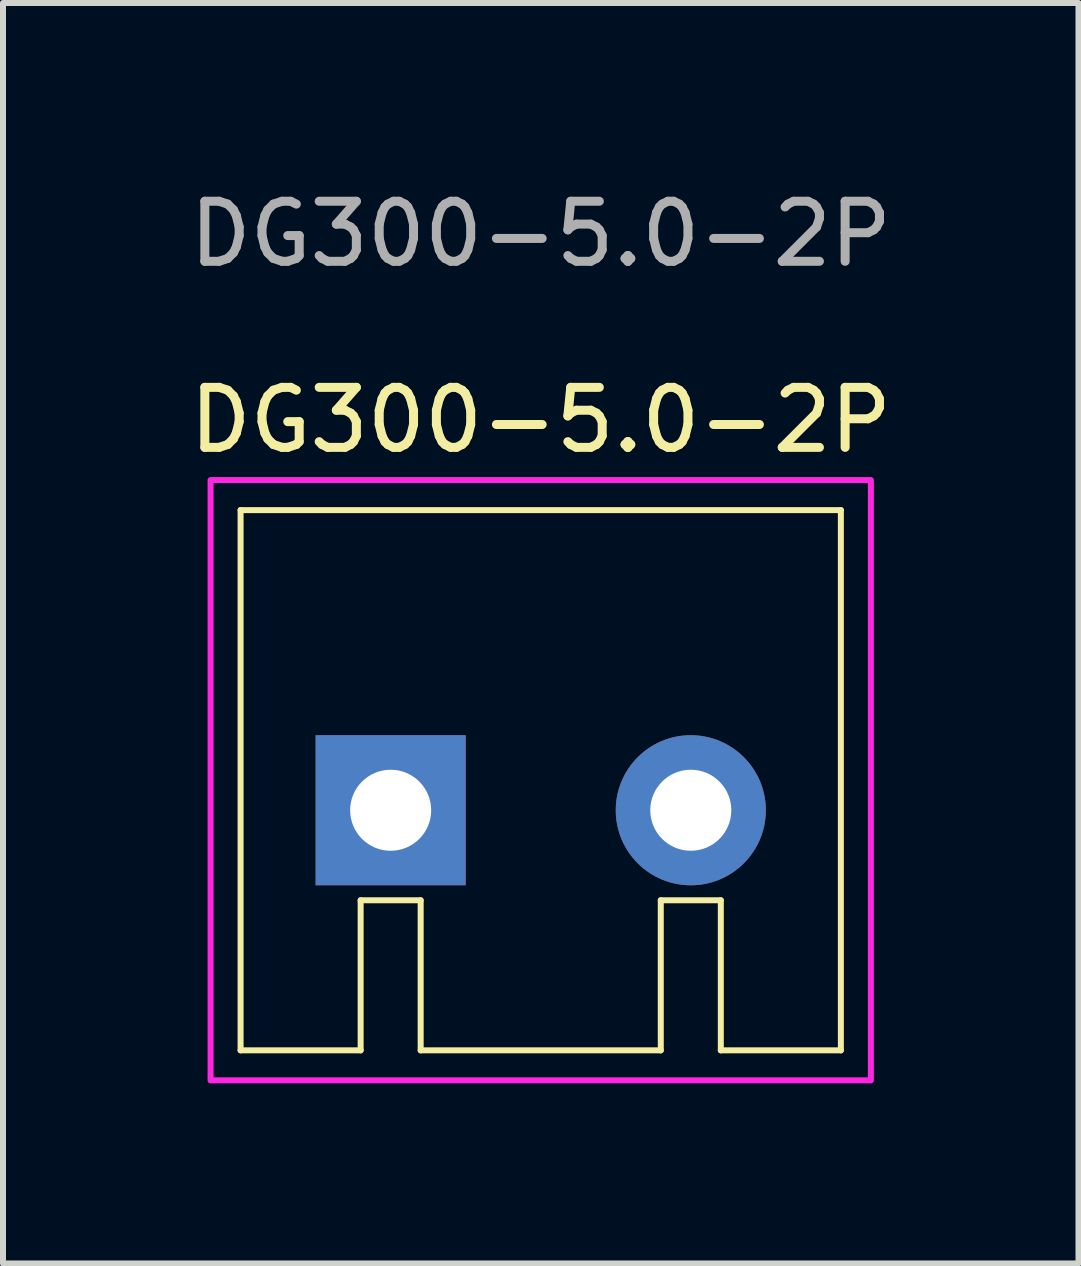
<source format=kicad_pcb>
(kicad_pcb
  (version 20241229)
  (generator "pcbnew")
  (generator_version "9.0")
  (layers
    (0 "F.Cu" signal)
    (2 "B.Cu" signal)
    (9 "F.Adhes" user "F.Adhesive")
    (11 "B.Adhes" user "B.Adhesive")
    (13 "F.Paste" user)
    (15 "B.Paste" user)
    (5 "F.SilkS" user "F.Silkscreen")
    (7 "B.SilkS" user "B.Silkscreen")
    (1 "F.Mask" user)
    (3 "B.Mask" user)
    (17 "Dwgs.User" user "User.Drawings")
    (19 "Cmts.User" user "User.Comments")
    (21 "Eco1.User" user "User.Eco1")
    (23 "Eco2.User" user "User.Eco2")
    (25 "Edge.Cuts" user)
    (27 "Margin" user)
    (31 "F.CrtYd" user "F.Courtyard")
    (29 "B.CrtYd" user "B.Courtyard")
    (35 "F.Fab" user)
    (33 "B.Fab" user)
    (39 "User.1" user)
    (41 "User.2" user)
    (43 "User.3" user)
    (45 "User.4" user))
  (footprint "DG300-5.0-2P"
    (layer "F.Cu")
    (at 5.958 10.448)
    (property "Reference" "DG300-5.0-2P" (at 0 -6.5 0) (unlocked yes) (layer "F.SilkS") (effects (font (size 1 1) (thickness 0.15))))
    (attr through_hole)
    (fp_line (start -5 -5) (end 5 -5) (stroke (width 0.1) (type solid)) (layer "F.SilkS"))
    (fp_line (start -5 4) (end -5 -5) (stroke (width 0.1) (type solid)) (layer "F.SilkS"))
    (fp_line (start -3 1.5) (end -2 1.5) (stroke (width 0.1) (type solid)) (layer "F.SilkS"))
    (fp_line (start -3 4) (end -5 4) (stroke (width 0.1) (type solid)) (layer "F.SilkS"))
    (fp_line (start -3 4) (end -3 1.5) (stroke (width 0.1) (type solid)) (layer "F.SilkS"))
    (fp_line (start -2 1.5) (end -2 4) (stroke (width 0.1) (type solid)) (layer "F.SilkS"))
    (fp_line (start -2 4) (end 2 4) (stroke (width 0.1) (type solid)) (layer "F.SilkS"))
    (fp_line (start 2 1.5) (end 3 1.5) (stroke (width 0.1) (type solid)) (layer "F.SilkS"))
    (fp_line (start 2 4) (end 2 1.5) (stroke (width 0.1) (type solid)) (layer "F.SilkS"))
    (fp_line (start 3 1.5) (end 3 4) (stroke (width 0.1) (type solid)) (layer "F.SilkS"))
    (fp_line (start 3 4) (end 5 4) (stroke (width 0.1) (type solid)) (layer "F.SilkS"))
    (fp_line (start 5 -5) (end 5 4) (stroke (width 0.1) (type solid)) (layer "F.SilkS"))
    (fp_rect (start -5.5 -5.5) (end 5.5 4.5) (stroke (width 0.1) (type solid)) (fill no) (layer "F.CrtYd"))
    (fp_text user "${REFERENCE}" (at 0 -9.6 0) (unlocked yes) (layer "F.Fab") (effects (font (size 1 1) (thickness 0.15))))
    (pad "1" thru_hole rect (at -2.5 0) (size 2.5 2.5) (drill 1.35) (layers "*.Cu" "*.Mask"))
    (pad "2" thru_hole circle (at 2.5 0) (size 2.5 2.5) (drill 1.35) (layers "*.Cu" "*.Mask")))
  (gr_rect
    (start -3 -3)
    (end 14.917 17.998)
    (stroke (width 0.1) (type default))
    (fill no)
    (layer "Edge.Cuts")))
</source>
